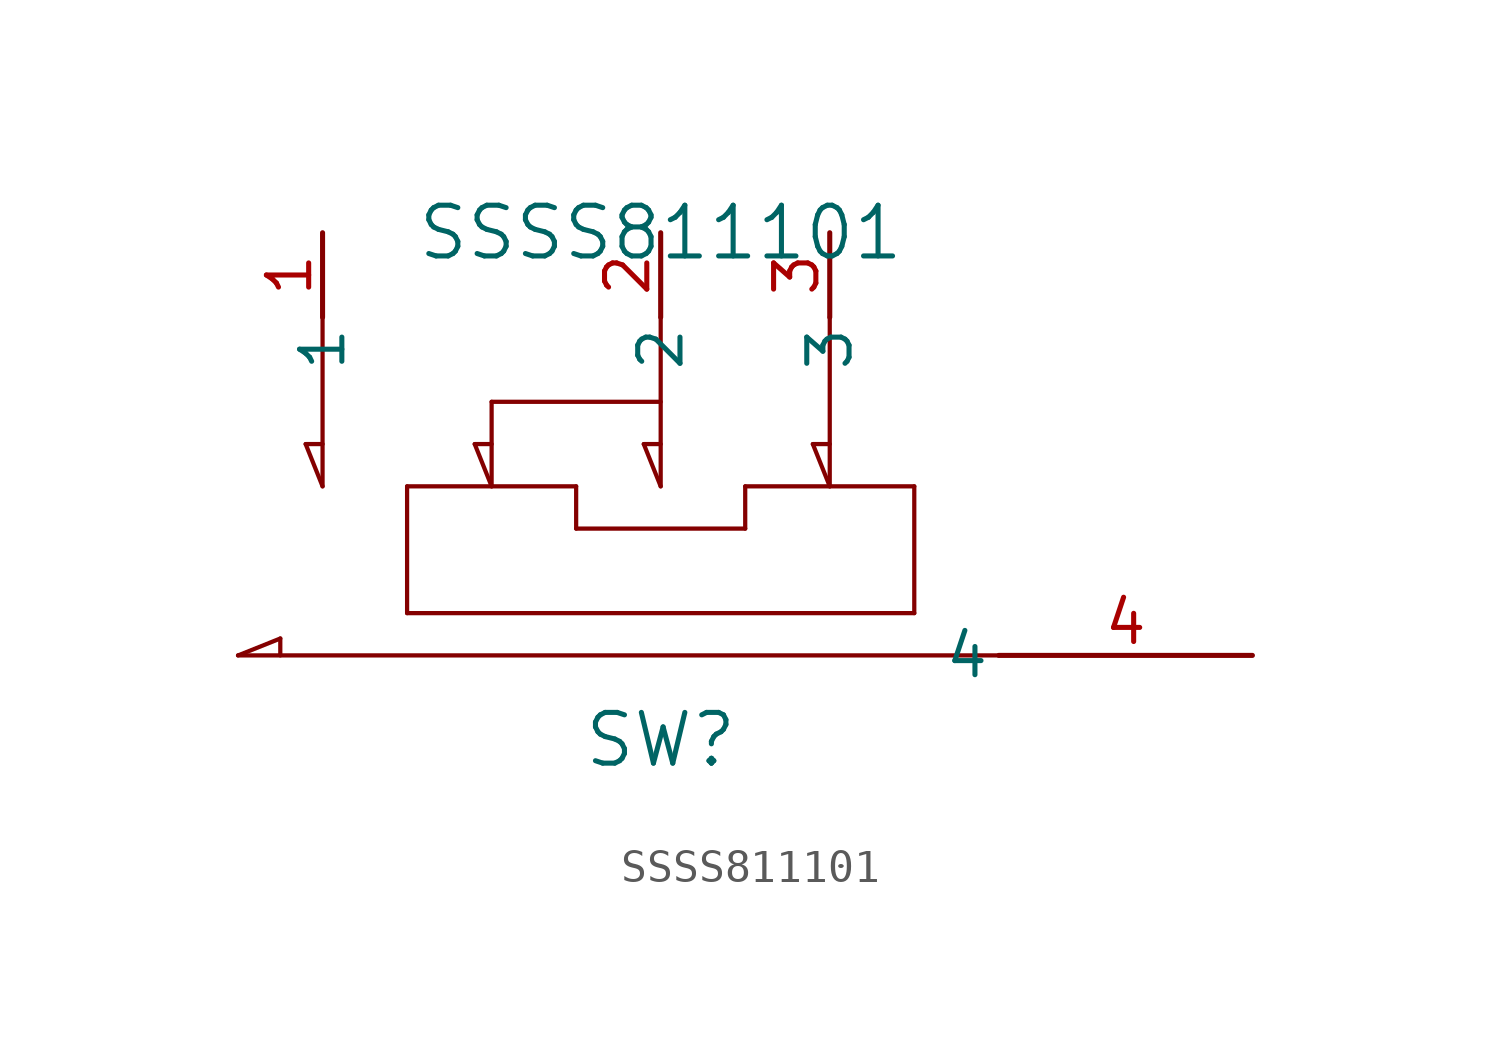
<source format=kicad_sym>
(kicad_symbol_lib
  (version 20211014)
  (generator kicad_symbol_editor)
  (symbol "SSSS811101"
    (pin_names
      (offset 0.254))
    (property "Reference" "SW"
      (at 10.16 -15.24 0)
      (effects (font (size 1.524 1.524))))
    (property "Value" "SSSS811101"
      (at 10.16 0 0)
      (effects (font (size 1.524 1.524))))
    (symbol "SSSS811101_0_1"
      (polyline (pts (xy 2.54 -7.62) (xy 2.54 -11.43)) (stroke (width 0.127) (type default) (color 0 0 0 0)) (fill (type none)))
      (polyline (pts (xy 2.54 -11.43) (xy 17.78 -11.43)) (stroke (width 0.127) (type default) (color 0 0 0 0)) (fill (type none)))
      (polyline (pts (xy 10.16 -5.08) (xy 5.08 -5.08)) (stroke (width 0.127) (type default) (color 0 0 0 0)) (fill (type none)))
      (polyline (pts (xy 0 -2.54) (xy 0 -7.62)) (stroke (width 0.127) (type default) (color 0 0 0 0)) (fill (type none)))
      (polyline (pts (xy 10.16 -2.54) (xy 10.16 -7.62)) (stroke (width 0.127) (type default) (color 0 0 0 0)) (fill (type none)))
      (polyline (pts (xy 15.24 -2.54) (xy 15.24 -7.62)) (stroke (width 0.127) (type default) (color 0 0 0 0)) (fill (type none)))
      (polyline (pts (xy 20.32 -12.7) (xy -2.54 -12.7)) (stroke (width 0.127) (type default) (color 0 0 0 0)) (fill (type none)))
      (polyline (pts (xy 0 -7.62) (xy -0.508 -6.35)) (stroke (width 0.127) (type default) (color 0 0 0 0)) (fill (type none)))
      (polyline (pts (xy -0.508 -6.35) (xy 0 -6.35)) (stroke (width 0.127) (type default) (color 0 0 0 0)) (fill (type none)))
      (polyline (pts (xy 10.16 -7.62) (xy 9.652 -6.35)) (stroke (width 0.127) (type default) (color 0 0 0 0)) (fill (type none)))
      (polyline (pts (xy 9.652 -6.35) (xy 10.16 -6.35)) (stroke (width 0.127) (type default) (color 0 0 0 0)) (fill (type none)))
      (polyline (pts (xy 15.24 -7.62) (xy 14.732 -6.35)) (stroke (width 0.127) (type default) (color 0 0 0 0)) (fill (type none)))
      (polyline (pts (xy 14.732 -6.35) (xy 15.24 -6.35)) (stroke (width 0.127) (type default) (color 0 0 0 0)) (fill (type none)))
      (polyline (pts (xy -2.54 -12.7) (xy -1.27 -12.192)) (stroke (width 0.127) (type default) (color 0 0 0 0)) (fill (type none)))
      (polyline (pts (xy -1.27 -12.192) (xy -1.27 -12.7)) (stroke (width 0.127) (type default) (color 0 0 0 0)) (fill (type none)))
      (polyline (pts (xy 5.08 -7.62) (xy 4.572 -6.35)) (stroke (width 0.127) (type default) (color 0 0 0 0)) (fill (type none)))
      (polyline (pts (xy 4.572 -6.35) (xy 5.08 -6.35)) (stroke (width 0.127) (type default) (color 0 0 0 0)) (fill (type none)))
      (polyline (pts (xy 5.08 -7.62) (xy 5.08 -5.08)) (stroke (width 0.127) (type default) (color 0 0 0 0)) (fill (type none)))
      (polyline (pts (xy 2.54 -7.62) (xy 7.62 -7.62)) (stroke (width 0.127) (type default) (color 0 0 0 0)) (fill (type none)))
      (polyline (pts (xy 7.62 -7.62) (xy 7.62 -8.89)) (stroke (width 0.127) (type default) (color 0 0 0 0)) (fill (type none)))
      (polyline (pts (xy 7.62 -8.89) (xy 12.7 -8.89)) (stroke (width 0.127) (type default) (color 0 0 0 0)) (fill (type none)))
      (polyline (pts (xy 12.7 -7.62) (xy 12.7 -8.89)) (stroke (width 0.127) (type default) (color 0 0 0 0)) (fill (type none)))
      (polyline (pts (xy 12.7 -7.62) (xy 17.78 -7.62)) (stroke (width 0.127) (type default) (color 0 0 0 0)) (fill (type none)))
      (polyline (pts (xy 17.78 -7.62) (xy 17.78 -11.43)) (stroke (width 0.127) (type default) (color 0 0 0 0)) (fill (type none)))
      (pin unspecified line (at 0 0 270) (length 2.54) (name "1" (effects (font (size 1.27 1.27)))) (number "1" (effects (font (size 1.27 1.27)))))
      (pin unspecified line (at 10.16 0 270) (length 2.54) (name "2" (effects (font (size 1.27 1.27)))) (number "2" (effects (font (size 1.27 1.27)))))
      (pin unspecified line (at 15.24 0 270) (length 2.54) (name "3" (effects (font (size 1.27 1.27)))) (number "3" (effects (font (size 1.27 1.27)))))
      (pin unspecified line (at 27.94 -12.7 180) (length 7.62) (name "4" (effects (font (size 1.27 1.27)))) (number "4" (effects (font (size 1.27 1.27))))))))
</source>
